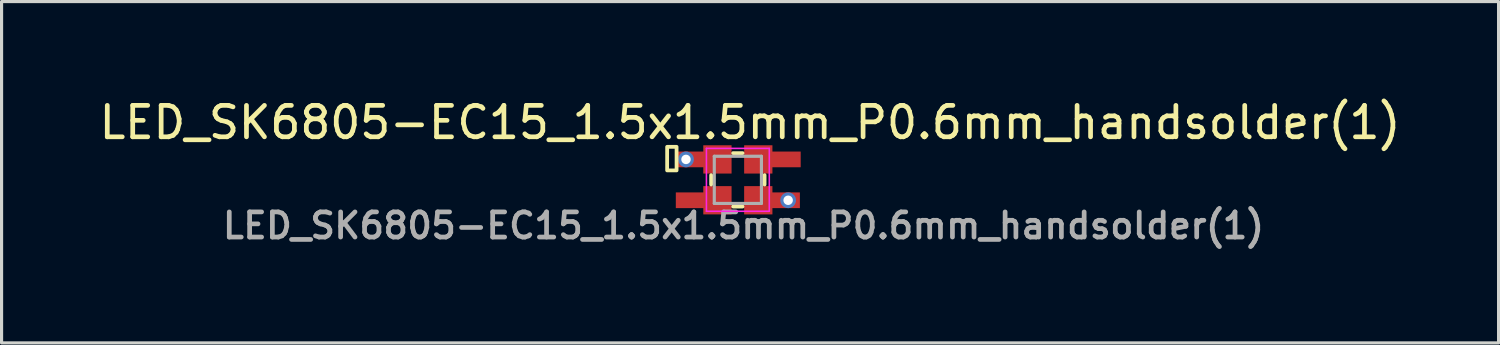
<source format=kicad_pcb>
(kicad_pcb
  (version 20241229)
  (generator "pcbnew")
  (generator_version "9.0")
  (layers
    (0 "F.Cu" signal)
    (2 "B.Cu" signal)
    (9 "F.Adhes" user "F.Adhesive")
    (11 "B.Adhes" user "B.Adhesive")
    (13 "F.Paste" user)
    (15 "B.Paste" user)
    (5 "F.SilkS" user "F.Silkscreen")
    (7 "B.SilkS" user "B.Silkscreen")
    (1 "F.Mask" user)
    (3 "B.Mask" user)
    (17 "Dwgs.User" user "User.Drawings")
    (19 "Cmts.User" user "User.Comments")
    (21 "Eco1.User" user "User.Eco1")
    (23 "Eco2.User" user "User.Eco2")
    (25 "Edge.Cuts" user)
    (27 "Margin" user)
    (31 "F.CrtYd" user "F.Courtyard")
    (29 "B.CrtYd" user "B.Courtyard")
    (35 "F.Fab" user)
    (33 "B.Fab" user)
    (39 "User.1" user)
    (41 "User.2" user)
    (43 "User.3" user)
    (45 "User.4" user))
  (footprint "LED_SK6805-EC15_1.5x1.5mm_P0.6mm_handsolder(1)"
    (layer "F.Cu")
    (at 20.427 2.672)
    (property "Reference" "LED_SK6805-EC15_1.5x1.5mm_P0.6mm_handsolder(1)" (at 0.389 -1.824 0) (layer "F.SilkS") (effects (font (size 1 1) (thickness 0.15))))
    (attr smd)
    (fp_line (start -0.85 -0.15) (end -0.85 0.15) (stroke (width 0.12) (type solid)) (layer "F.SilkS"))
    (fp_line (start -0.15 -0.85) (end 0.15 -0.85) (stroke (width 0.12) (type solid)) (layer "F.SilkS"))
    (fp_line (start 0.15 0.85) (end -0.15 0.85) (stroke (width 0.12) (type solid)) (layer "F.SilkS"))
    (fp_line (start 0.85 -0.15) (end 0.85 0.15) (stroke (width 0.12) (type solid)) (layer "F.SilkS"))
    (fp_rect (start -1.95 -1.05) (end -2.25 -0.3) (stroke (width 0.12) (type solid)) (fill no) (layer "F.SilkS"))
    (fp_line (start -1 -1) (end -1 1) (stroke (width 0.05) (type solid)) (layer "F.CrtYd"))
    (fp_line (start -1 1) (end 1 1) (stroke (width 0.05) (type solid)) (layer "F.CrtYd"))
    (fp_line (start 1 -1) (end -1 -1) (stroke (width 0.05) (type solid)) (layer "F.CrtYd"))
    (fp_line (start 1 1) (end 1 -1) (stroke (width 0.05) (type solid)) (layer "F.CrtYd"))
    (fp_line (start -0.75 -0.75) (end -0.75 0.75) (stroke (width 0.1) (type solid)) (layer "F.Fab"))
    (fp_line (start -0.75 0.75) (end 0.75 0.75) (stroke (width 0.1) (type solid)) (layer "F.Fab"))
    (fp_line (start 0.75 -0.75) (end -0.75 -0.75) (stroke (width 0.1) (type solid)) (layer "F.Fab"))
    (fp_line (start 0.75 0.75) (end 0.75 -0.75) (stroke (width 0.1) (type solid)) (layer "F.Fab"))
    (fp_text user "${REFERENCE}" (at 0.18 1.458 0) (layer "F.Fab") (effects (font (size 0.8 0.8) (thickness 0.15))))
    (pad "1" smd rect (at -1.124 0.65) (size 1.7 0.5) (layers "F.Cu" "F.Mask" "F.Paste"))
    (pad "1" smd rect (at -0.65 0.65) (size 0.9 0.9) (layers "F.Cu" "F.Mask" "F.Paste"))
    (pad "2" smd rect (at 0.65 0.65) (size 0.9 0.9) (layers "F.Cu" "F.Mask" "F.Paste"))
    (pad "2" smd rect (at 1.124 0.65) (size 1.7 0.5) (layers "F.Cu" "F.Mask" "F.Paste"))
    (pad "2" thru_hole circle (at 1.6 0.65) (size 0.5 0.5) (drill 0.3) (layers "*.Cu" "*.Mask"))
    (pad "3" smd rect (at 0.65 -0.65) (size 0.9 0.9) (layers "F.Cu" "F.Mask" "F.Paste"))
    (pad "3" smd rect (at 1.149 -0.65) (size 1.7 0.5) (layers "F.Cu" "F.Mask" "F.Paste"))
    (pad "4" thru_hole circle (at -1.65 -0.65) (size 0.5 0.5) (drill 0.3) (layers "*.Cu" "*.Mask"))
    (pad "4" smd rect (at -1.124 -0.65) (size 1.7 0.5) (layers "F.Cu" "F.Mask" "F.Paste"))
    (pad "4" smd rect (at -0.65 -0.65) (size 0.9 0.9) (layers "F.Cu" "F.Mask" "F.Paste")))
  (gr_rect
    (start -3 -3)
    (end 44.631 7.861)
    (stroke (width 0.1) (type default))
    (fill no)
    (layer "Edge.Cuts")))
</source>
